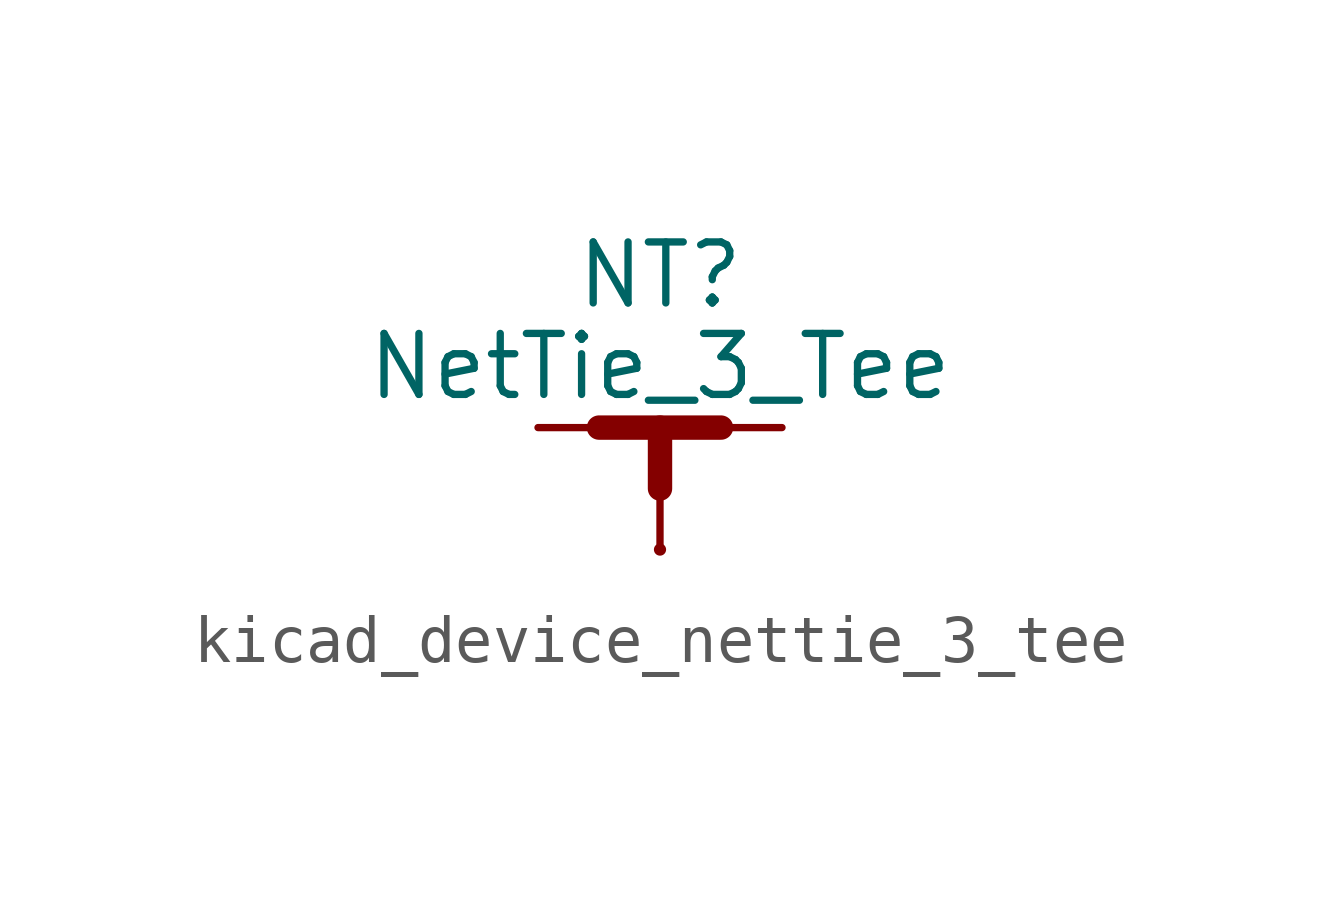
<source format=kicad_sym>
(kicad_symbol_lib
  (version 20220914)
  (generator kicad_symbol_editor)
  (symbol "kicad_device_nettie_3_tee"
    (pin_numbers hide)
    (pin_names
      (offset 0) hide)
    (property "Reference" "NT"
      (at 0 3.175 0)
      (effects (font (size 1.27 1.27))))
    (property "Value" "NetTie_3_Tee"
      (at 0 1.27 0)
      (effects (font (size 1.27 1.27))))
    (symbol "kicad_device_nettie_3_tee_0_1"
      (polyline (pts (xy -1.27 0) (xy 1.27 0)) (stroke (width 0.254) (type default)) (fill (type none)))
      (polyline (pts (xy -1.27 0) (xy 1.27 0)) (stroke (width 0.508) (type default)) (fill (type none)))
      (polyline (pts (xy 0 -2.54) (xy 0 -2.54)) (stroke (width 0.254) (type default)) (fill (type none)))
      (polyline (pts (xy 0 -1.27) (xy 0 0)) (stroke (width 0.508) (type default)) (fill (type none))))
    (symbol "kicad_device_nettie_3_tee_1_1"
      (pin passive line (at -2.54 0 0) (length 2.54) (name "1" (effects (font (size 1.27 1.27)))) (number "1" (effects (font (size 1.27 1.27)))))
      (pin passive line (at 2.54 0 180) (length 2.54) (name "2" (effects (font (size 1.27 1.27)))) (number "2" (effects (font (size 1.27 1.27)))))
      (pin passive line (at 0 -2.54 90) (length 2.54) (name "3" (effects (font (size 1.27 1.27)))) (number "3" (effects (font (size 1.27 1.27))))))))
</source>
